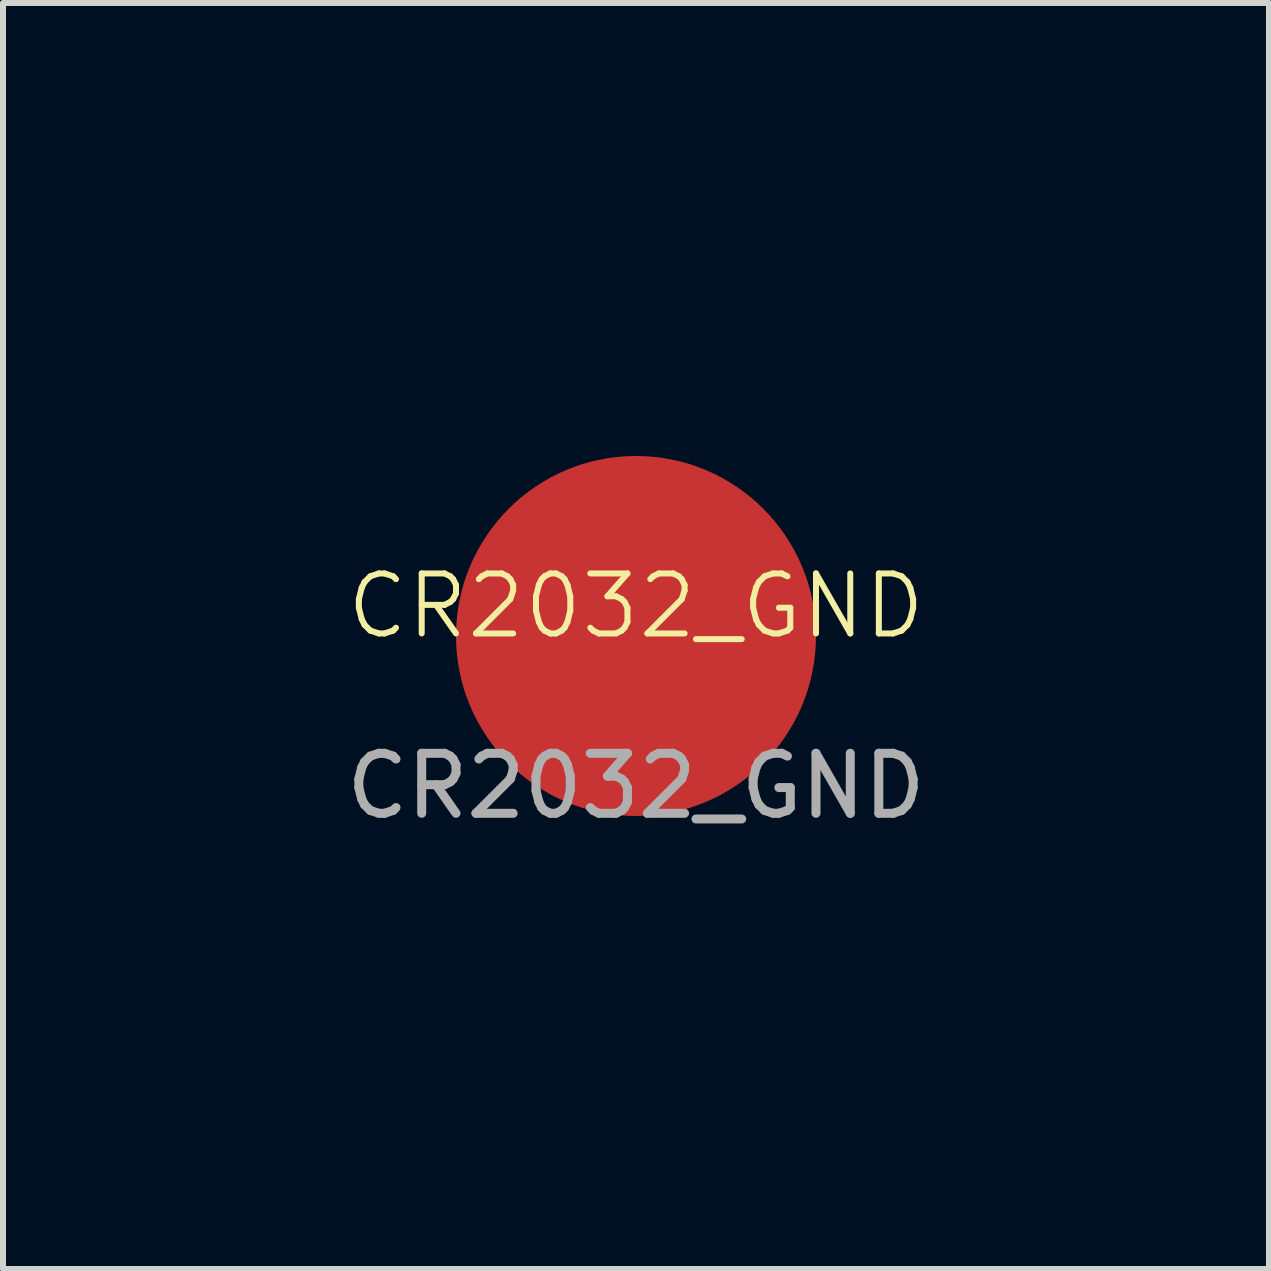
<source format=kicad_pcb>
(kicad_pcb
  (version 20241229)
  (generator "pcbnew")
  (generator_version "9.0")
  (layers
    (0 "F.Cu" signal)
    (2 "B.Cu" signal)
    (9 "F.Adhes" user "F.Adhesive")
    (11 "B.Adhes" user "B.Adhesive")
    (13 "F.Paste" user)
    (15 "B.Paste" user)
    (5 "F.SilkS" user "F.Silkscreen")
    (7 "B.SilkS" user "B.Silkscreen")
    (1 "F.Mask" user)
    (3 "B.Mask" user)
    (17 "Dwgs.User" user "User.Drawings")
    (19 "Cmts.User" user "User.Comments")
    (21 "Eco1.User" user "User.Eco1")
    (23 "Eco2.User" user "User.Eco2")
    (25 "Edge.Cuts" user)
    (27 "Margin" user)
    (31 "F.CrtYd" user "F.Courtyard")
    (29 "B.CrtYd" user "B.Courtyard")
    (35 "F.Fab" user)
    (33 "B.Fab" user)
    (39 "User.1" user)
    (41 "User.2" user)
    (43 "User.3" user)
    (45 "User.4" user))
  (footprint "CR2032_GND"
    (layer "F.Cu")
    (at 7.55 7.55)
    (property "Reference" "CR2032_GND" (at 0 -0.5 0) (unlocked yes) (layer "F.SilkS") (effects (font (size 1 1) (thickness 0.1))))
    (fp_circle (center 0 0) (end 7.5 0) (stroke (width 0.1) (type solid)) (fill yes) (layer "F.Mask"))
    (fp_text user "${REFERENCE}" (at 0 2.5 0) (unlocked yes) (layer "F.Fab") (effects (font (size 1 1) (thickness 0.15))))
    (pad "1" smd circle (at 0 0) (size 6 6) (layers "F.Cu" "F.Mask" "F.Paste")))
  (gr_rect
    (start -3 -3)
    (end 18.1 18.1)
    (stroke (width 0.1) (type default))
    (fill no)
    (layer "Edge.Cuts")))
</source>
